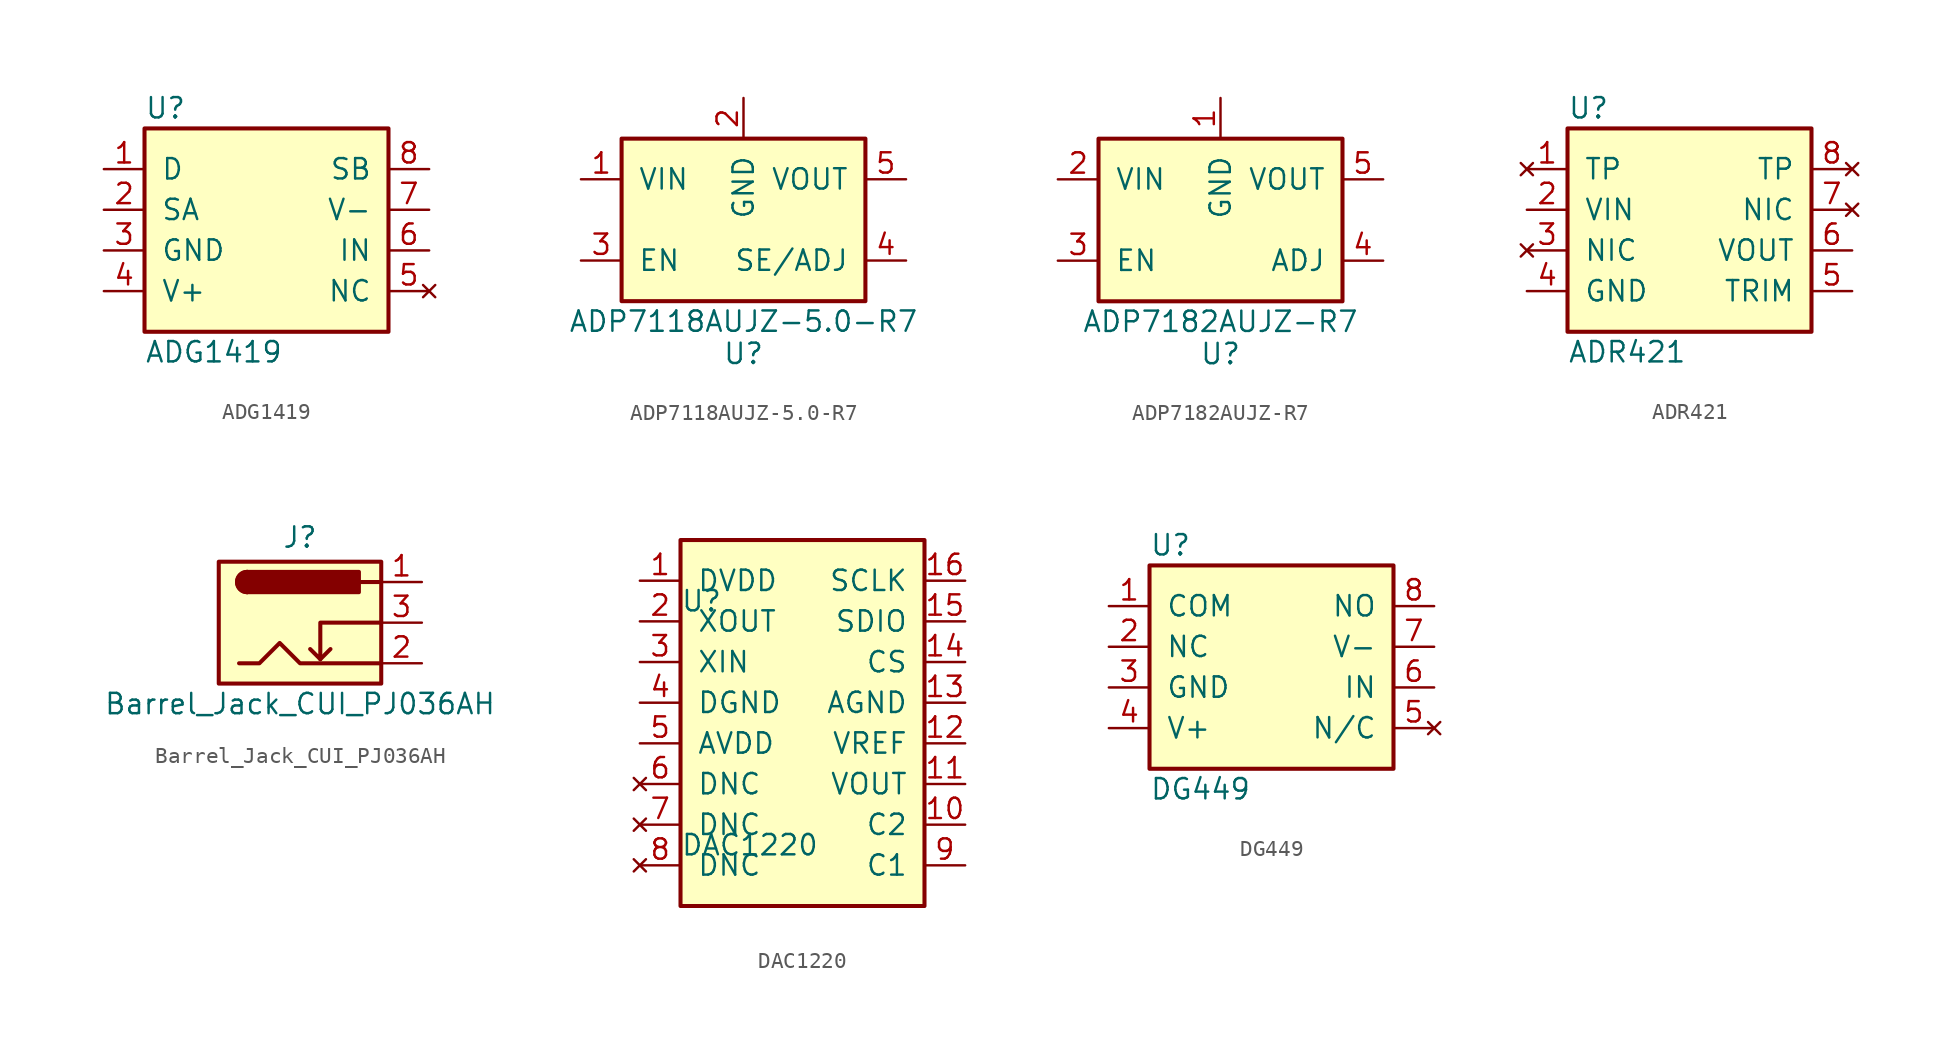
<source format=kicad_sym>
(kicad_symbol_lib
  (version 20211014)
  (generator kicad_symbol_editor)
  (symbol "ADG1419"
    (pin_names
      (offset 1.016))
    (property "Reference" "U"
      (at -7.62 8.89 0)
      (effects (font (size 1.27 1.27)) (justify left)))
    (property "Value" "ADG1419"
      (at -7.62 -6.35 0)
      (effects (font (size 1.27 1.27)) (justify left)))
    (property "Footprint" ""
      (at 0 0 0)
      (effects (font (size 1.27 1.27))))
    (property "Datasheet" ""
      (at 0 0 0)
      (effects (font (size 1.27 1.27))))
    (symbol "ADG1419_0_0"
      (rectangle (start -7.62 7.62) (end 7.62 -5.08) (stroke (width 0.254) (type default) (color 0 0 0 0)) (fill (type background)))
      (pin passive line (at -10.16 5.08 0) (length 2.54) (name "D" (effects (font (size 1.27 1.27)))) (number "1" (effects (font (size 1.27 1.27)))))
      (pin passive line (at -10.16 2.54 0) (length 2.54) (name "SA" (effects (font (size 1.27 1.27)))) (number "2" (effects (font (size 1.27 1.27)))))
      (pin power_in line (at -10.16 0 0) (length 2.54) (name "GND" (effects (font (size 1.27 1.27)))) (number "3" (effects (font (size 1.27 1.27)))))
      (pin power_in line (at -10.16 -2.54 0) (length 2.54) (name "V+" (effects (font (size 1.27 1.27)))) (number "4" (effects (font (size 1.27 1.27)))))
      (pin no_connect line (at 10.16 -2.54 180) (length 2.54) (name "NC" (effects (font (size 1.27 1.27)))) (number "5" (effects (font (size 1.27 1.27)))))
      (pin input line (at 10.16 0 180) (length 2.54) (name "IN" (effects (font (size 1.27 1.27)))) (number "6" (effects (font (size 1.27 1.27)))))
      (pin power_in line (at 10.16 2.54 180) (length 2.54) (name "V-" (effects (font (size 1.27 1.27)))) (number "7" (effects (font (size 1.27 1.27)))))
      (pin passive line (at 10.16 5.08 180) (length 2.54) (name "SB" (effects (font (size 1.27 1.27)))) (number "8" (effects (font (size 1.27 1.27)))))))
  (symbol "ADP7118AUJZ-5.0-R7"
    (pin_names
      (offset 1.016))
    (property "Reference" "U"
      (at 0 -7.62 0)
      (effects (font (size 1.27 1.27)) (justify top)))
    (property "Value" "ADP7118AUJZ-5.0-R7"
      (at 0 -6.35 0)
      (effects (font (size 1.27 1.27))))
    (symbol "ADP7118AUJZ-5.0-R7_0_1"
      (rectangle (start -7.62 5.08) (end 7.62 -5.08) (stroke (width 0.254) (type default) (color 0 0 0 0)) (fill (type background))))
    (symbol "ADP7118AUJZ-5.0-R7_1_1"
      (pin power_in line (at -10.16 2.54 0) (length 2.54) (name "VIN" (effects (font (size 1.27 1.27)))) (number "1" (effects (font (size 1.27 1.27)))))
      (pin passive line (at 0 7.62 270) (length 2.54) (name "GND" (effects (font (size 1.27 1.27)))) (number "2" (effects (font (size 1.27 1.27)))))
      (pin passive line (at -10.16 -2.54 0) (length 2.54) (name "EN" (effects (font (size 1.27 1.27)))) (number "3" (effects (font (size 1.27 1.27)))))
      (pin passive line (at 10.16 -2.54 180) (length 2.54) (name "SE/ADJ" (effects (font (size 1.27 1.27)))) (number "4" (effects (font (size 1.27 1.27)))))
      (pin power_out line (at 10.16 2.54 180) (length 2.54) (name "VOUT" (effects (font (size 1.27 1.27)))) (number "5" (effects (font (size 1.27 1.27)))))))
  (symbol "ADP7182AUJZ-R7"
    (pin_names
      (offset 1.016))
    (property "Reference" "U"
      (at 0 -7.62 0)
      (effects (font (size 1.27 1.27)) (justify top)))
    (property "Value" "ADP7182AUJZ-R7"
      (at 0 -6.35 0)
      (effects (font (size 1.27 1.27))))
    (symbol "ADP7182AUJZ-R7_0_1"
      (rectangle (start -7.62 5.08) (end 7.62 -5.08) (stroke (width 0.254) (type default) (color 0 0 0 0)) (fill (type background))))
    (symbol "ADP7182AUJZ-R7_1_1"
      (pin passive line (at 0 7.62 270) (length 2.54) (name "GND" (effects (font (size 1.27 1.27)))) (number "1" (effects (font (size 1.27 1.27)))))
      (pin power_in line (at -10.16 2.54 0) (length 2.54) (name "VIN" (effects (font (size 1.27 1.27)))) (number "2" (effects (font (size 1.27 1.27)))))
      (pin passive line (at -10.16 -2.54 0) (length 2.54) (name "EN" (effects (font (size 1.27 1.27)))) (number "3" (effects (font (size 1.27 1.27)))))
      (pin passive line (at 10.16 -2.54 180) (length 2.54) (name "ADJ" (effects (font (size 1.27 1.27)))) (number "4" (effects (font (size 1.27 1.27)))))
      (pin power_out line (at 10.16 2.54 180) (length 2.54) (name "VOUT" (effects (font (size 1.27 1.27)))) (number "5" (effects (font (size 1.27 1.27)))))))
  (symbol "ADR421"
    (pin_names
      (offset 1.016))
    (property "Reference" "U"
      (at -7.62 8.89 0)
      (effects (font (size 1.27 1.27)) (justify left)))
    (property "Value" "ADR421"
      (at -7.62 -6.35 0)
      (effects (font (size 1.27 1.27)) (justify left)))
    (property "Footprint" ""
      (at 0 0 0)
      (effects (font (size 1.27 1.27))))
    (property "Datasheet" ""
      (at 0 0 0)
      (effects (font (size 1.27 1.27))))
    (symbol "ADR421_0_0"
      (rectangle (start -7.62 7.62) (end 7.62 -5.08) (stroke (width 0.254) (type default) (color 0 0 0 0)) (fill (type background)))
      (pin no_connect line (at -10.16 5.08 0) (length 2.54) (name "TP" (effects (font (size 1.27 1.27)))) (number "1" (effects (font (size 1.27 1.27)))))
      (pin power_in line (at -10.16 2.54 0) (length 2.54) (name "VIN" (effects (font (size 1.27 1.27)))) (number "2" (effects (font (size 1.27 1.27)))))
      (pin no_connect line (at -10.16 0 0) (length 2.54) (name "NIC" (effects (font (size 1.27 1.27)))) (number "3" (effects (font (size 1.27 1.27)))))
      (pin power_in line (at -10.16 -2.54 0) (length 2.54) (name "GND" (effects (font (size 1.27 1.27)))) (number "4" (effects (font (size 1.27 1.27)))))
      (pin input line (at 10.16 -2.54 180) (length 2.54) (name "TRIM" (effects (font (size 1.27 1.27)))) (number "5" (effects (font (size 1.27 1.27)))))
      (pin output line (at 10.16 0 180) (length 2.54) (name "VOUT" (effects (font (size 1.27 1.27)))) (number "6" (effects (font (size 1.27 1.27)))))
      (pin no_connect line (at 10.16 2.54 180) (length 2.54) (name "NIC" (effects (font (size 1.27 1.27)))) (number "7" (effects (font (size 1.27 1.27)))))
      (pin no_connect line (at 10.16 5.08 180) (length 2.54) (name "TP" (effects (font (size 1.27 1.27)))) (number "8" (effects (font (size 1.27 1.27)))))))
  (symbol "Barrel_Jack_CUI_PJ036AH"
    (pin_names hide)
    (property "Reference" "J"
      (at 0 5.334 0)
      (effects (font (size 1.27 1.27))))
    (property "Value" "Barrel_Jack_CUI_PJ036AH"
      (at 0 -5.08 0)
      (effects (font (size 1.27 1.27))))
    (symbol "Barrel_Jack_CUI_PJ036AH_0_1"
      (rectangle (start -5.08 3.81) (end 5.08 -3.81) (stroke (width 0.254) (type default) (color 0 0 0 0)) (fill (type background)))
      (arc (start -3.302 3.175) (mid -3.937 2.54) (end -3.302 1.905) (stroke (width 0.254) (type default) (color 0 0 0 0)) (fill (type none)))
      (arc (start -3.302 3.175) (mid -3.937 2.54) (end -3.302 1.905) (stroke (width 0.254) (type default) (color 0 0 0 0)) (fill (type outline)))
      (polyline (pts (xy 1.27 -2.286) (xy 1.905 -1.651)) (stroke (width 0.254) (type default) (color 0 0 0 0)) (fill (type none)))
      (polyline (pts (xy 5.08 2.54) (xy 3.81 2.54)) (stroke (width 0.254) (type default) (color 0 0 0 0)) (fill (type none)))
      (polyline (pts (xy 5.08 0) (xy 1.27 0) (xy 1.27 -2.286) (xy 0.635 -1.651)) (stroke (width 0.254) (type default) (color 0 0 0 0)) (fill (type none)))
      (polyline (pts (xy -3.81 -2.54) (xy -2.54 -2.54) (xy -1.27 -1.27) (xy 0 -2.54) (xy 2.54 -2.54) (xy 5.08 -2.54)) (stroke (width 0.254) (type default) (color 0 0 0 0)) (fill (type none)))
      (rectangle (start 3.683 3.175) (end -3.302 1.905) (stroke (width 0.254) (type default) (color 0 0 0 0)) (fill (type outline))))
    (symbol "Barrel_Jack_CUI_PJ036AH_1_1"
      (pin power_out line (at 7.62 2.54 180) (length 2.54) (name "~" (effects (font (size 1.27 1.27)))) (number "1" (effects (font (size 1.27 1.27)))))
      (pin passive line (at 7.62 -2.54 180) (length 2.54) (name "~" (effects (font (size 1.27 1.27)))) (number "2" (effects (font (size 1.27 1.27)))))
      (pin passive line (at 7.62 0 180) (length 2.54) (name "~" (effects (font (size 1.27 1.27)))) (number "3" (effects (font (size 1.27 1.27)))))))
  (symbol "DAC1220"
    (pin_names
      (offset 1.016))
    (property "Reference" "U"
      (at -7.62 8.89 0)
      (effects (font (size 1.27 1.27)) (justify left)))
    (property "Value" "DAC1220"
      (at -7.62 -6.35 0)
      (effects (font (size 1.27 1.27)) (justify left)))
    (property "Footprint" ""
      (at 0 0 0)
      (effects (font (size 1.27 1.27))))
    (property "Datasheet" ""
      (at 0 0 0)
      (effects (font (size 1.27 1.27))))
    (symbol "DAC1220_0_0"
      (rectangle (start -7.62 12.7) (end 7.62 -10.16) (stroke (width 0.254) (type default) (color 0 0 0 0)) (fill (type background)))
      (pin power_in line (at -10.16 10.16 0) (length 2.54) (name "DVDD" (effects (font (size 1.27 1.27)))) (number "1" (effects (font (size 1.27 1.27)))))
      (pin passive line (at 10.16 -5.08 180) (length 2.54) (name "C2" (effects (font (size 1.27 1.27)))) (number "10" (effects (font (size 1.27 1.27)))))
      (pin output line (at 10.16 -2.54 180) (length 2.54) (name "VOUT" (effects (font (size 1.27 1.27)))) (number "11" (effects (font (size 1.27 1.27)))))
      (pin input line (at 10.16 0 180) (length 2.54) (name "VREF" (effects (font (size 1.27 1.27)))) (number "12" (effects (font (size 1.27 1.27)))))
      (pin power_in line (at 10.16 2.54 180) (length 2.54) (name "AGND" (effects (font (size 1.27 1.27)))) (number "13" (effects (font (size 1.27 1.27)))))
      (pin input line (at 10.16 5.08 180) (length 2.54) (name "CS" (effects (font (size 1.27 1.27)))) (number "14" (effects (font (size 1.27 1.27)))))
      (pin bidirectional line (at 10.16 7.62 180) (length 2.54) (name "SDIO" (effects (font (size 1.27 1.27)))) (number "15" (effects (font (size 1.27 1.27)))))
      (pin input line (at 10.16 10.16 180) (length 2.54) (name "SCLK" (effects (font (size 1.27 1.27)))) (number "16" (effects (font (size 1.27 1.27)))))
      (pin output line (at -10.16 7.62 0) (length 2.54) (name "XOUT" (effects (font (size 1.27 1.27)))) (number "2" (effects (font (size 1.27 1.27)))))
      (pin input line (at -10.16 5.08 0) (length 2.54) (name "XIN" (effects (font (size 1.27 1.27)))) (number "3" (effects (font (size 1.27 1.27)))))
      (pin power_in line (at -10.16 2.54 0) (length 2.54) (name "DGND" (effects (font (size 1.27 1.27)))) (number "4" (effects (font (size 1.27 1.27)))))
      (pin power_in line (at -10.16 0 0) (length 2.54) (name "AVDD" (effects (font (size 1.27 1.27)))) (number "5" (effects (font (size 1.27 1.27)))))
      (pin no_connect line (at -10.16 -2.54 0) (length 2.54) (name "DNC" (effects (font (size 1.27 1.27)))) (number "6" (effects (font (size 1.27 1.27)))))
      (pin no_connect line (at -10.16 -5.08 0) (length 2.54) (name "DNC" (effects (font (size 1.27 1.27)))) (number "7" (effects (font (size 1.27 1.27)))))
      (pin no_connect line (at -10.16 -7.62 0) (length 2.54) (name "DNC" (effects (font (size 1.27 1.27)))) (number "8" (effects (font (size 1.27 1.27)))))
      (pin passive line (at 10.16 -7.62 180) (length 2.54) (name "C1" (effects (font (size 1.27 1.27)))) (number "9" (effects (font (size 1.27 1.27)))))))
  (symbol "DG449"
    (pin_names
      (offset 1.016))
    (property "Reference" "U"
      (at -7.62 8.89 0)
      (effects (font (size 1.27 1.27)) (justify left)))
    (property "Value" "DG449"
      (at -7.62 -6.35 0)
      (effects (font (size 1.27 1.27)) (justify left)))
    (property "Footprint" ""
      (at 0 0 0)
      (effects (font (size 1.27 1.27))))
    (property "Datasheet" ""
      (at 0 0 0)
      (effects (font (size 1.27 1.27))))
    (symbol "DG449_0_0"
      (rectangle (start -7.62 7.62) (end 7.62 -5.08) (stroke (width 0.254) (type default) (color 0 0 0 0)) (fill (type background)))
      (pin passive line (at -10.16 5.08 0) (length 2.54) (name "COM" (effects (font (size 1.27 1.27)))) (number "1" (effects (font (size 1.27 1.27)))))
      (pin passive line (at -10.16 2.54 0) (length 2.54) (name "NC" (effects (font (size 1.27 1.27)))) (number "2" (effects (font (size 1.27 1.27)))))
      (pin power_in line (at -10.16 0 0) (length 2.54) (name "GND" (effects (font (size 1.27 1.27)))) (number "3" (effects (font (size 1.27 1.27)))))
      (pin power_in line (at -10.16 -2.54 0) (length 2.54) (name "V+" (effects (font (size 1.27 1.27)))) (number "4" (effects (font (size 1.27 1.27)))))
      (pin no_connect line (at 10.16 -2.54 180) (length 2.54) (name "N/C" (effects (font (size 1.27 1.27)))) (number "5" (effects (font (size 1.27 1.27)))))
      (pin input line (at 10.16 0 180) (length 2.54) (name "IN" (effects (font (size 1.27 1.27)))) (number "6" (effects (font (size 1.27 1.27)))))
      (pin power_in line (at 10.16 2.54 180) (length 2.54) (name "V-" (effects (font (size 1.27 1.27)))) (number "7" (effects (font (size 1.27 1.27)))))
      (pin passive line (at 10.16 5.08 180) (length 2.54) (name "NO" (effects (font (size 1.27 1.27)))) (number "8" (effects (font (size 1.27 1.27))))))))
</source>
